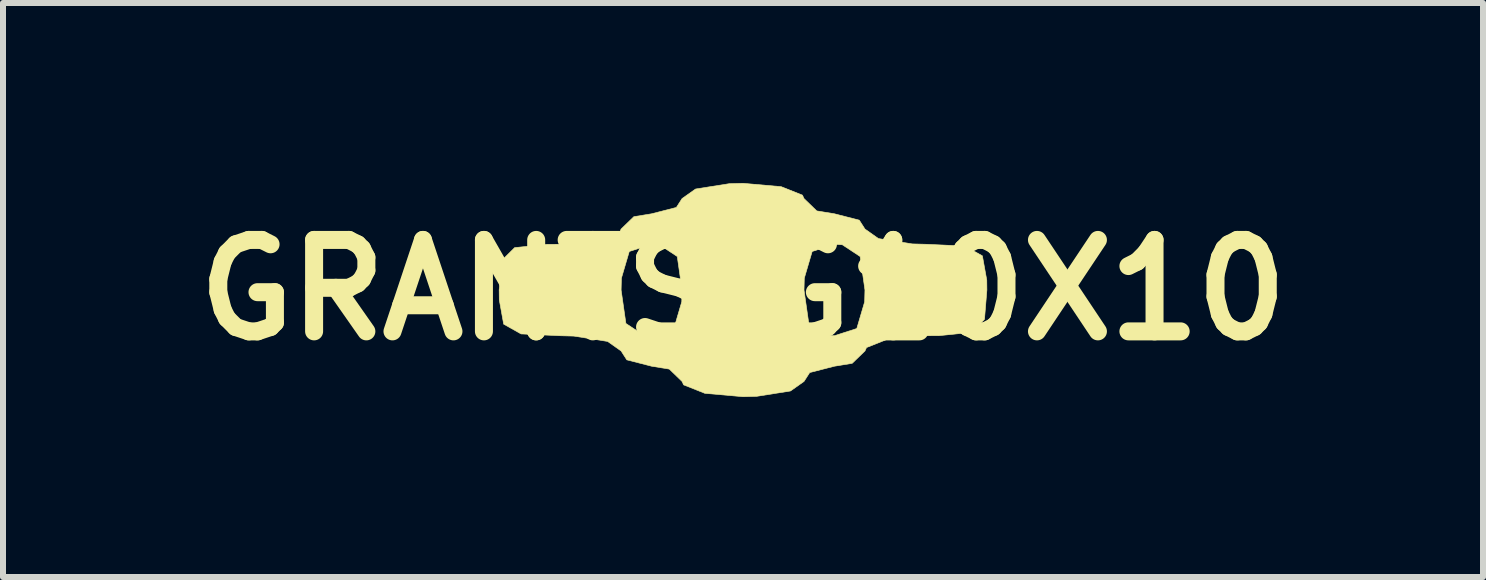
<source format=kicad_pcb>
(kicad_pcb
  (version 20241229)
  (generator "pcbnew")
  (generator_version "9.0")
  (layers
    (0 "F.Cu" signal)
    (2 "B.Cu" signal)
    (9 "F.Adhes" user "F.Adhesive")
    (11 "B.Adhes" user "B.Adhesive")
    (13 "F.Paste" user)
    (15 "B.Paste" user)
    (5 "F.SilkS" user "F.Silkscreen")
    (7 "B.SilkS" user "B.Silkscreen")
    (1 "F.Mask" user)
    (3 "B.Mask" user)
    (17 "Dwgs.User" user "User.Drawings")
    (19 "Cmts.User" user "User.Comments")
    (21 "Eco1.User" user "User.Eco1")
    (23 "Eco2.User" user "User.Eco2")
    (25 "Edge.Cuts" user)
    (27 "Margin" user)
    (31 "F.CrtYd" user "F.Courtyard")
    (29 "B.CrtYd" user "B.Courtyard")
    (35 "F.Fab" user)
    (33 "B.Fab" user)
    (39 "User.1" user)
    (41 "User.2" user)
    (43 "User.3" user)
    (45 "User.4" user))
  (footprint "GRANTSIG10X10"
    (layer "F.Cu")
    (at 9.333 1.783)
    (property "Reference" "GRANTSIG10X10" (at 0 0 0) (layer "F.SilkS") (effects (font (size 1.524 1.524) (thickness 0.3))))
    (attr through_hole)
    (fp_poly (pts (xy 0.636 -1.722) (xy 0.99 -1.581) (xy 1.016 -1.524) (xy 1.229 -1.318) (xy 1.524 -1.27) (xy 1.937 -1.164) (xy 2.032 -1.016) (xy 2.257 -0.857) (xy 2.82 -0.768) (xy 3.048 -0.762) (xy 3.699 -0.732) (xy 3.989 -0.569) (xy 4.062 -0.164) (xy 4.064 0) (xy 4.024 0.489) (xy 3.806 0.706) (xy 3.266 0.761) (xy 3.048 0.762) (xy 2.412 0.818) (xy 2.058 0.959) (xy 2.032 1.016) (xy 1.819 1.222) (xy 1.524 1.27) (xy 1.111 1.376) (xy 1.016 1.524) (xy 0.791 1.683) (xy 0.228 1.772) (xy 0 1.778) (xy -0.636 1.722) (xy -0.99 1.581) (xy -1.016 1.524) (xy -1.229 1.318) (xy -1.524 1.27) (xy -1.937 1.164) (xy -2.032 1.016) (xy -2.257 0.857) (xy -2.82 0.768) (xy -3.048 0.762) (xy -3.699 0.732) (xy -3.989 0.569) (xy -4.062 0.164) (xy -4.064 0) (xy -2.032 0) (xy -1.952 0.558) (xy -1.655 0.754) (xy -1.524 0.762) (xy -1.152 0.642) (xy -1.021 0.197) (xy -1.016 0) (xy 1.016 0) (xy 1.096 0.558) (xy 1.393 0.754) (xy 1.524 0.762) (xy 1.896 0.642) (xy 2.027 0.197) (xy 2.032 0) (xy 1.952 -0.558) (xy 1.655 -0.754) (xy 1.524 -0.762) (xy 1.152 -0.642) (xy 1.021 -0.197) (xy 1.016 0) (xy -1.016 0) (xy -1.096 -0.558) (xy -1.393 -0.754) (xy -1.524 -0.762) (xy -1.896 -0.642) (xy -2.027 -0.197) (xy -2.032 0) (xy -4.064 0) (xy -4.024 -0.489) (xy -3.806 -0.706) (xy -3.266 -0.761) (xy -3.048 -0.762) (xy -2.412 -0.818) (xy -2.058 -0.959) (xy -2.032 -1.016) (xy -1.819 -1.222) (xy -1.524 -1.27) (xy -1.111 -1.376) (xy -1.016 -1.524) (xy -0.791 -1.683) (xy -0.228 -1.772) (xy 0 -1.778) (xy 0.636 -1.722)) (stroke (width 0.01) (type solid)) (fill yes) (layer "F.SilkS")))
  (gr_rect
    (start -3 -3)
    (end 21.665 6.566)
    (stroke (width 0.1) (type default))
    (fill no)
    (layer "Edge.Cuts")))
</source>
